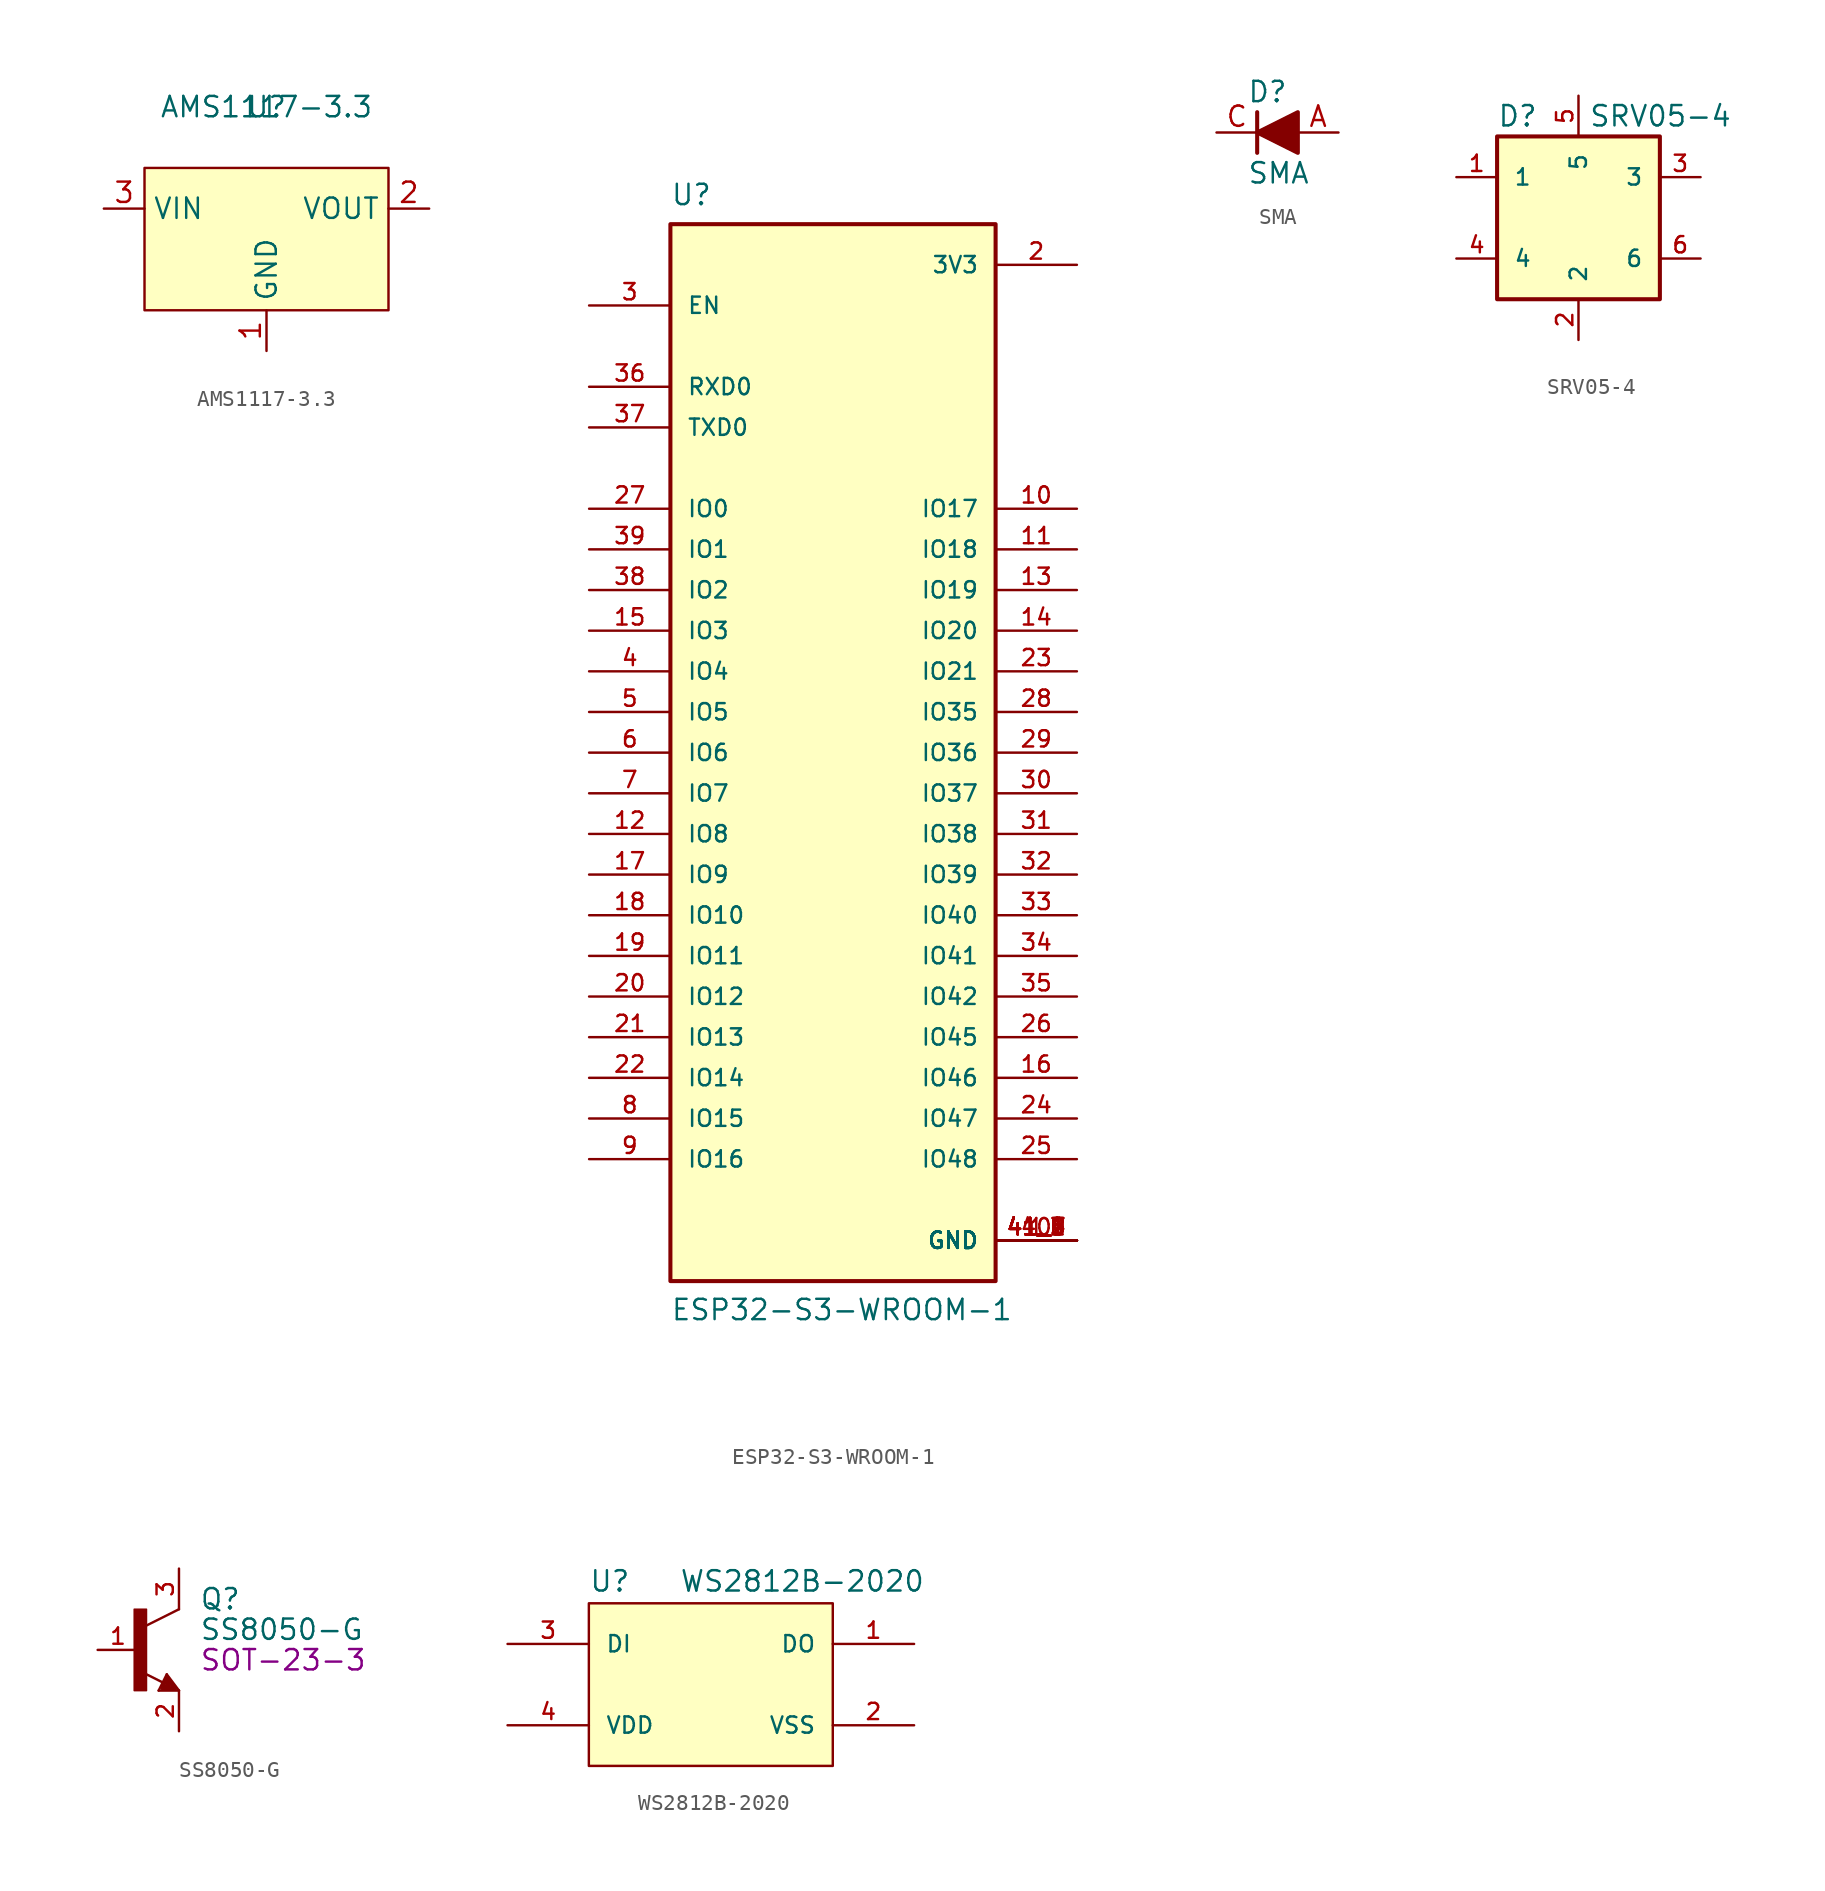
<source format=kicad_sym>
(kicad_symbol_lib
  (version 20231120)
  (generator "kicad_symbol_editor")
  (generator_version "8.0")
  (symbol "AMS1117-3.3"
    (property "Reference" "U"
      (at 0 6.35 0)
      (effects (font (size 1.27 1.27))))
    (property "Value" "AMS1117-3.3"
      (at 0 6.35 0)
      (effects (font (size 1.27 1.27))))
    (symbol "AMS1117-3.3_1_1"
      (rectangle (start -7.62 2.54) (end 7.62 -6.35) (stroke (width 0) (type default)) (fill (type background)))
      (pin power_in line (at 0 -8.89 90) (length 2.54) (name "GND" (effects (font (size 1.27 1.27)))) (number "1" (effects (font (size 1.27 1.27)))))
      (pin power_out line (at 10.16 0 180) (length 2.54) (name "VOUT" (effects (font (size 1.27 1.27)))) (number "2" (effects (font (size 1.27 1.27)))))
      (pin power_in line (at -10.16 0 0) (length 2.54) (name "VIN" (effects (font (size 1.27 1.27)))) (number "3" (effects (font (size 1.27 1.27)))))
      (pin power_out line (at 10.16 0 180) (length 2.54) hide (name "VOUT" (effects (font (size 1.27 1.27)))) (number "4" (effects (font (size 1.27 1.27)))))))
  (symbol "ESP32-S3-WROOM-1"
    (pin_names
      (offset 1.016))
    (property "Reference" "U"
      (at -10.16 31.572 0)
      (effects (font (size 1.27 1.27)) (justify left bottom)))
    (property "Value" "ESP32-S3-WROOM-1"
      (at -10.16 -38.1 0)
      (effects (font (size 1.27 1.27)) (justify left bottom)))
    (symbol "ESP32-S3-WROOM-1_0_0"
      (rectangle (start -10.16 -35.56) (end 10.16 30.48) (stroke (width 0.254) (type default)) (fill (type background)))
      (pin power_in line (at 15.24 -33.02 180) (length 5.08) (name "GND" (effects (font (size 1.016 1.016)))) (number "1" (effects (font (size 1.016 1.016)))))
      (pin bidirectional line (at 15.24 12.7 180) (length 5.08) (name "IO17" (effects (font (size 1.016 1.016)))) (number "10" (effects (font (size 1.016 1.016)))))
      (pin bidirectional line (at 15.24 10.16 180) (length 5.08) (name "IO18" (effects (font (size 1.016 1.016)))) (number "11" (effects (font (size 1.016 1.016)))))
      (pin bidirectional line (at -15.24 -7.62 0) (length 5.08) (name "IO8" (effects (font (size 1.016 1.016)))) (number "12" (effects (font (size 1.016 1.016)))))
      (pin bidirectional line (at 15.24 7.62 180) (length 5.08) (name "IO19" (effects (font (size 1.016 1.016)))) (number "13" (effects (font (size 1.016 1.016)))))
      (pin bidirectional line (at 15.24 5.08 180) (length 5.08) (name "IO20" (effects (font (size 1.016 1.016)))) (number "14" (effects (font (size 1.016 1.016)))))
      (pin bidirectional line (at -15.24 5.08 0) (length 5.08) (name "IO3" (effects (font (size 1.016 1.016)))) (number "15" (effects (font (size 1.016 1.016)))))
      (pin bidirectional line (at 15.24 -22.86 180) (length 5.08) (name "IO46" (effects (font (size 1.016 1.016)))) (number "16" (effects (font (size 1.016 1.016)))))
      (pin bidirectional line (at -15.24 -10.16 0) (length 5.08) (name "IO9" (effects (font (size 1.016 1.016)))) (number "17" (effects (font (size 1.016 1.016)))))
      (pin bidirectional line (at -15.24 -12.7 0) (length 5.08) (name "IO10" (effects (font (size 1.016 1.016)))) (number "18" (effects (font (size 1.016 1.016)))))
      (pin bidirectional line (at -15.24 -15.24 0) (length 5.08) (name "IO11" (effects (font (size 1.016 1.016)))) (number "19" (effects (font (size 1.016 1.016)))))
      (pin power_in line (at 15.24 27.94 180) (length 5.08) (name "3V3" (effects (font (size 1.016 1.016)))) (number "2" (effects (font (size 1.016 1.016)))))
      (pin bidirectional line (at -15.24 -17.78 0) (length 5.08) (name "IO12" (effects (font (size 1.016 1.016)))) (number "20" (effects (font (size 1.016 1.016)))))
      (pin bidirectional line (at -15.24 -20.32 0) (length 5.08) (name "IO13" (effects (font (size 1.016 1.016)))) (number "21" (effects (font (size 1.016 1.016)))))
      (pin bidirectional line (at -15.24 -22.86 0) (length 5.08) (name "IO14" (effects (font (size 1.016 1.016)))) (number "22" (effects (font (size 1.016 1.016)))))
      (pin bidirectional line (at 15.24 2.54 180) (length 5.08) (name "IO21" (effects (font (size 1.016 1.016)))) (number "23" (effects (font (size 1.016 1.016)))))
      (pin bidirectional line (at 15.24 -25.4 180) (length 5.08) (name "IO47" (effects (font (size 1.016 1.016)))) (number "24" (effects (font (size 1.016 1.016)))))
      (pin bidirectional line (at 15.24 -27.94 180) (length 5.08) (name "IO48" (effects (font (size 1.016 1.016)))) (number "25" (effects (font (size 1.016 1.016)))))
      (pin bidirectional line (at 15.24 -20.32 180) (length 5.08) (name "IO45" (effects (font (size 1.016 1.016)))) (number "26" (effects (font (size 1.016 1.016)))))
      (pin bidirectional line (at -15.24 12.7 0) (length 5.08) (name "IO0" (effects (font (size 1.016 1.016)))) (number "27" (effects (font (size 1.016 1.016)))))
      (pin bidirectional line (at 15.24 0 180) (length 5.08) (name "IO35" (effects (font (size 1.016 1.016)))) (number "28" (effects (font (size 1.016 1.016)))))
      (pin bidirectional line (at 15.24 -2.54 180) (length 5.08) (name "IO36" (effects (font (size 1.016 1.016)))) (number "29" (effects (font (size 1.016 1.016)))))
      (pin input line (at -15.24 25.4 0) (length 5.08) (name "EN" (effects (font (size 1.016 1.016)))) (number "3" (effects (font (size 1.016 1.016)))))
      (pin bidirectional line (at 15.24 -5.08 180) (length 5.08) (name "IO37" (effects (font (size 1.016 1.016)))) (number "30" (effects (font (size 1.016 1.016)))))
      (pin bidirectional line (at 15.24 -7.62 180) (length 5.08) (name "IO38" (effects (font (size 1.016 1.016)))) (number "31" (effects (font (size 1.016 1.016)))))
      (pin bidirectional line (at 15.24 -10.16 180) (length 5.08) (name "IO39" (effects (font (size 1.016 1.016)))) (number "32" (effects (font (size 1.016 1.016)))))
      (pin bidirectional line (at 15.24 -12.7 180) (length 5.08) (name "IO40" (effects (font (size 1.016 1.016)))) (number "33" (effects (font (size 1.016 1.016)))))
      (pin bidirectional line (at 15.24 -15.24 180) (length 5.08) (name "IO41" (effects (font (size 1.016 1.016)))) (number "34" (effects (font (size 1.016 1.016)))))
      (pin bidirectional line (at 15.24 -17.78 180) (length 5.08) (name "IO42" (effects (font (size 1.016 1.016)))) (number "35" (effects (font (size 1.016 1.016)))))
      (pin bidirectional line (at -15.24 20.32 0) (length 5.08) (name "RXD0" (effects (font (size 1.016 1.016)))) (number "36" (effects (font (size 1.016 1.016)))))
      (pin bidirectional line (at -15.24 17.78 0) (length 5.08) (name "TXD0" (effects (font (size 1.016 1.016)))) (number "37" (effects (font (size 1.016 1.016)))))
      (pin bidirectional line (at -15.24 7.62 0) (length 5.08) (name "IO2" (effects (font (size 1.016 1.016)))) (number "38" (effects (font (size 1.016 1.016)))))
      (pin bidirectional line (at -15.24 10.16 0) (length 5.08) (name "IO1" (effects (font (size 1.016 1.016)))) (number "39" (effects (font (size 1.016 1.016)))))
      (pin bidirectional line (at -15.24 2.54 0) (length 5.08) (name "IO4" (effects (font (size 1.016 1.016)))) (number "4" (effects (font (size 1.016 1.016)))))
      (pin power_in line (at 15.24 -33.02 180) (length 5.08) (name "GND" (effects (font (size 1.016 1.016)))) (number "40" (effects (font (size 1.016 1.016)))))
      (pin power_in line (at 15.24 -33.02 180) (length 5.08) (name "GND" (effects (font (size 1.016 1.016)))) (number "41_1" (effects (font (size 1.016 1.016)))))
      (pin power_in line (at 15.24 -33.02 180) (length 5.08) (name "GND" (effects (font (size 1.016 1.016)))) (number "41_2" (effects (font (size 1.016 1.016)))))
      (pin power_in line (at 15.24 -33.02 180) (length 5.08) (name "GND" (effects (font (size 1.016 1.016)))) (number "41_3" (effects (font (size 1.016 1.016)))))
      (pin power_in line (at 15.24 -33.02 180) (length 5.08) (name "GND" (effects (font (size 1.016 1.016)))) (number "41_4" (effects (font (size 1.016 1.016)))))
      (pin power_in line (at 15.24 -33.02 180) (length 5.08) (name "GND" (effects (font (size 1.016 1.016)))) (number "41_5" (effects (font (size 1.016 1.016)))))
      (pin power_in line (at 15.24 -33.02 180) (length 5.08) (name "GND" (effects (font (size 1.016 1.016)))) (number "41_6" (effects (font (size 1.016 1.016)))))
      (pin power_in line (at 15.24 -33.02 180) (length 5.08) (name "GND" (effects (font (size 1.016 1.016)))) (number "41_7" (effects (font (size 1.016 1.016)))))
      (pin power_in line (at 15.24 -33.02 180) (length 5.08) (name "GND" (effects (font (size 1.016 1.016)))) (number "41_8" (effects (font (size 1.016 1.016)))))
      (pin power_in line (at 15.24 -33.02 180) (length 5.08) (name "GND" (effects (font (size 1.016 1.016)))) (number "41_9" (effects (font (size 1.016 1.016)))))
      (pin bidirectional line (at -15.24 0 0) (length 5.08) (name "IO5" (effects (font (size 1.016 1.016)))) (number "5" (effects (font (size 1.016 1.016)))))
      (pin bidirectional line (at -15.24 -2.54 0) (length 5.08) (name "IO6" (effects (font (size 1.016 1.016)))) (number "6" (effects (font (size 1.016 1.016)))))
      (pin bidirectional line (at -15.24 -5.08 0) (length 5.08) (name "IO7" (effects (font (size 1.016 1.016)))) (number "7" (effects (font (size 1.016 1.016)))))
      (pin bidirectional line (at -15.24 -25.4 0) (length 5.08) (name "IO15" (effects (font (size 1.016 1.016)))) (number "8" (effects (font (size 1.016 1.016)))))
      (pin bidirectional line (at -15.24 -27.94 0) (length 5.08) (name "IO16" (effects (font (size 1.016 1.016)))) (number "9" (effects (font (size 1.016 1.016)))))))
  (symbol "SMA"
    (pin_names
      (offset 1.016) hide)
    (property "Reference" "D"
      (at 1.905 2.54 0)
      (effects (font (size 1.27 1.27)) (justify left)))
    (property "Value" "SMA"
      (at 1.905 -2.54 0)
      (effects (font (size 1.27 1.27)) (justify left)))
    (symbol "SMA_0_1"
      (polyline (pts (xy 2.54 1.27) (xy 2.54 -1.27)) (stroke (width 0.254) (type default)) (fill (type none)))
      (polyline (pts (xy 5.08 0) (xy 2.54 0)) (stroke (width 0) (type default)) (fill (type none)))
      (polyline (pts (xy 5.08 1.27) (xy 5.08 -1.27) (xy 2.54 0) (xy 5.08 1.27)) (stroke (width 0.254) (type default)) (fill (type outline))))
    (symbol "SMA_1_1"
      (pin passive line (at 7.62 0 180) (length 2.54) (name "A" (effects (font (size 1.27 1.27)))) (number "A" (effects (font (size 1.27 1.27)))))
      (pin passive line (at 0 0 0) (length 2.54) (name "C" (effects (font (size 1.27 1.27)))) (number "C" (effects (font (size 1.27 1.27)))))))
  (symbol "SRV05-4"
    (pin_names
      (offset 1.016))
    (property "Reference" "D"
      (at 2.54 3.81 0)
      (effects (font (size 1.27 1.27)) (justify left)))
    (property "Value" "SRV05-4"
      (at 8.255 3.81 0)
      (effects (font (size 1.27 1.27)) (justify left)))
    (symbol "SRV05-4_0_0"
      (rectangle (start 2.54 -7.62) (end 12.7 2.54) (stroke (width 0.254) (type default)) (fill (type background)))
      (pin bidirectional line (at 7.62 -10.16 90) (length 2.54) (name "2" (effects (font (size 1.016 1.016)))) (number "2" (effects (font (size 1.016 1.016)))))
      (pin bidirectional line (at 15.24 0 180) (length 2.54) (name "3" (effects (font (size 1.016 1.016)))) (number "3" (effects (font (size 1.016 1.016)))))
      (pin bidirectional line (at 0 -5.08 0) (length 2.54) (name "4" (effects (font (size 1.016 1.016)))) (number "4" (effects (font (size 1.016 1.016)))))
      (pin bidirectional line (at 7.62 5.08 270) (length 2.54) (name "5" (effects (font (size 1.016 1.016)))) (number "5" (effects (font (size 1.016 1.016)))))
      (pin bidirectional line (at 15.24 -5.08 180) (length 2.54) (name "6" (effects (font (size 1.016 1.016)))) (number "6" (effects (font (size 1.016 1.016))))))
    (symbol "SRV05-4_1_0"
      (pin bidirectional line (at 0 0 0) (length 2.54) (name "1" (effects (font (size 1.016 1.016)))) (number "1" (effects (font (size 1.016 1.016)))))))
  (symbol "SS8050-G"
    (pin_names
      (offset 1.016))
    (property "Reference" "Q"
      (at 3.81 3.175 0)
      (effects (font (size 1.27 1.27)) (justify left)))
    (property "Value" "SS8050-G"
      (at 3.81 1.27 0)
      (effects (font (size 1.27 1.27)) (justify left)))
    (property "Package" "SOT-23-3"
      (at 3.81 -0.635 0)
      (effects (font (size 1.27 1.27)) (justify left)))
    (symbol "SS8050-G_0_0"
      (rectangle (start -0.254 -2.54) (end 0.508 2.54) (stroke (width 0.1) (type default)) (fill (type outline)))
      (polyline (pts (xy 1.27 -2.54) (xy 1.778 -1.524)) (stroke (width 0.152) (type default)) (fill (type none)))
      (polyline (pts (xy 1.524 -2.413) (xy 2.286 -2.413)) (stroke (width 0.254) (type default)) (fill (type none)))
      (polyline (pts (xy 1.524 -2.286) (xy 1.905 -2.286)) (stroke (width 0.254) (type default)) (fill (type none)))
      (polyline (pts (xy 1.54 -2.04) (xy 0.308 -1.424)) (stroke (width 0.152) (type default)) (fill (type none)))
      (polyline (pts (xy 1.778 -1.778) (xy 1.524 -2.286)) (stroke (width 0.254) (type default)) (fill (type none)))
      (polyline (pts (xy 1.778 -1.524) (xy 2.54 -2.54)) (stroke (width 0.152) (type default)) (fill (type none)))
      (polyline (pts (xy 1.905 -2.286) (xy 1.778 -2.032)) (stroke (width 0.254) (type default)) (fill (type none)))
      (polyline (pts (xy 2.286 -2.413) (xy 1.778 -1.778)) (stroke (width 0.254) (type default)) (fill (type none)))
      (polyline (pts (xy 2.54 -2.54) (xy 1.27 -2.54)) (stroke (width 0.152) (type default)) (fill (type none)))
      (polyline (pts (xy 2.54 2.54) (xy 0.508 1.524)) (stroke (width 0.152) (type default)) (fill (type none)))
      (pin passive line (at -2.54 0 0) (length 2.54) (name "~" (effects (font (size 1.016 1.016)))) (number "1" (effects (font (size 1.016 1.016)))))
      (pin passive line (at 2.54 -5.08 90) (length 2.54) (name "~" (effects (font (size 1.016 1.016)))) (number "2" (effects (font (size 1.016 1.016)))))
      (pin passive line (at 2.54 5.08 270) (length 2.54) (name "~" (effects (font (size 1.016 1.016)))) (number "3" (effects (font (size 1.016 1.016)))))))
  (symbol "WS2812B-2020"
    (pin_names
      (offset 1.016))
    (property "Reference" "U"
      (at -7.62 5.715 0)
      (effects (font (size 1.27 1.27)) (justify left bottom)))
    (property "Value" "WS2812B-2020"
      (at 5.715 5.715 0)
      (effects (font (size 1.27 1.27)) (justify bottom)))
    (symbol "WS2812B-2020_0_0"
      (rectangle (start -7.62 -5.08) (end 7.62 5.08) (stroke (width 0.152) (type default)) (fill (type background)))
      (pin bidirectional line (at 12.7 2.54 180) (length 5.08) (name "DO" (effects (font (size 1.016 1.016)))) (number "1" (effects (font (size 1.016 1.016)))))
      (pin bidirectional line (at 12.7 -2.54 180) (length 5.08) (name "VSS" (effects (font (size 1.016 1.016)))) (number "2" (effects (font (size 1.016 1.016)))))
      (pin bidirectional line (at -12.7 2.54 0) (length 5.08) (name "DI" (effects (font (size 1.016 1.016)))) (number "3" (effects (font (size 1.016 1.016)))))
      (pin bidirectional line (at -12.7 -2.54 0) (length 5.08) (name "VDD" (effects (font (size 1.016 1.016)))) (number "4" (effects (font (size 1.016 1.016))))))))
</source>
